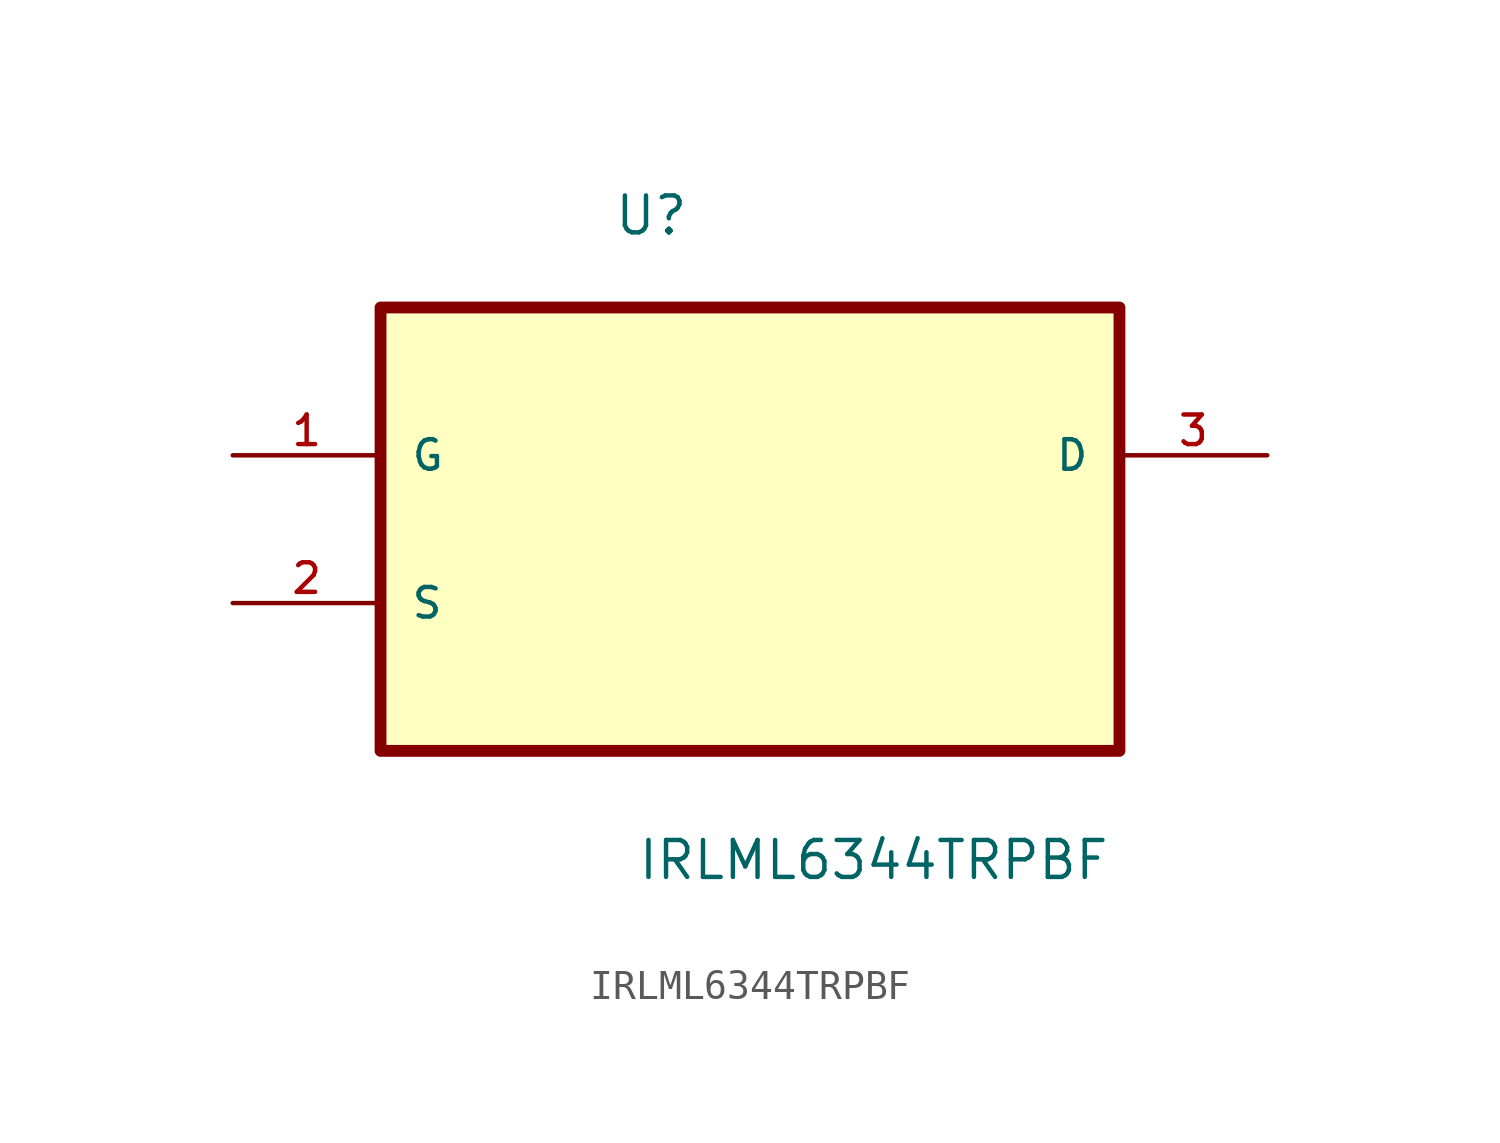
<source format=kicad_sym>
(kicad_symbol_lib
  (version 20211014)
  (generator kicad_symbol_editor)
  (symbol "IRLML6344TRPBF"
    (pin_names
      (offset 1.016))
    (property "Reference" "U"
      (at -4.703 7.5 0.0)
      (effects (font (size 1.27 1.27)) (justify bottom left)))
    (property "Value" "IRLML6344TRPBF"
      (at -3.893 -14.656 0.0)
      (effects (font (size 1.27 1.27)) (justify bottom left)))
    (symbol "IRLML6344TRPBF_0_0"
      (rectangle (start -12.7 -10.16) (end 12.7 5.08) (stroke (width 0.406)) (fill (type background)))
      (pin input line (at -17.78 0.0 0) (length 5.08) (name "G" (effects (font (size 1.016 1.016)))) (number "1" (effects (font (size 1.016 1.016)))))
      (pin passive line (at -17.78 -5.08 0) (length 5.08) (name "S" (effects (font (size 1.016 1.016)))) (number "2" (effects (font (size 1.016 1.016)))))
      (pin output line (at 17.78 0.0 180.0) (length 5.08) (name "D" (effects (font (size 1.016 1.016)))) (number "3" (effects (font (size 1.016 1.016))))))))
</source>
